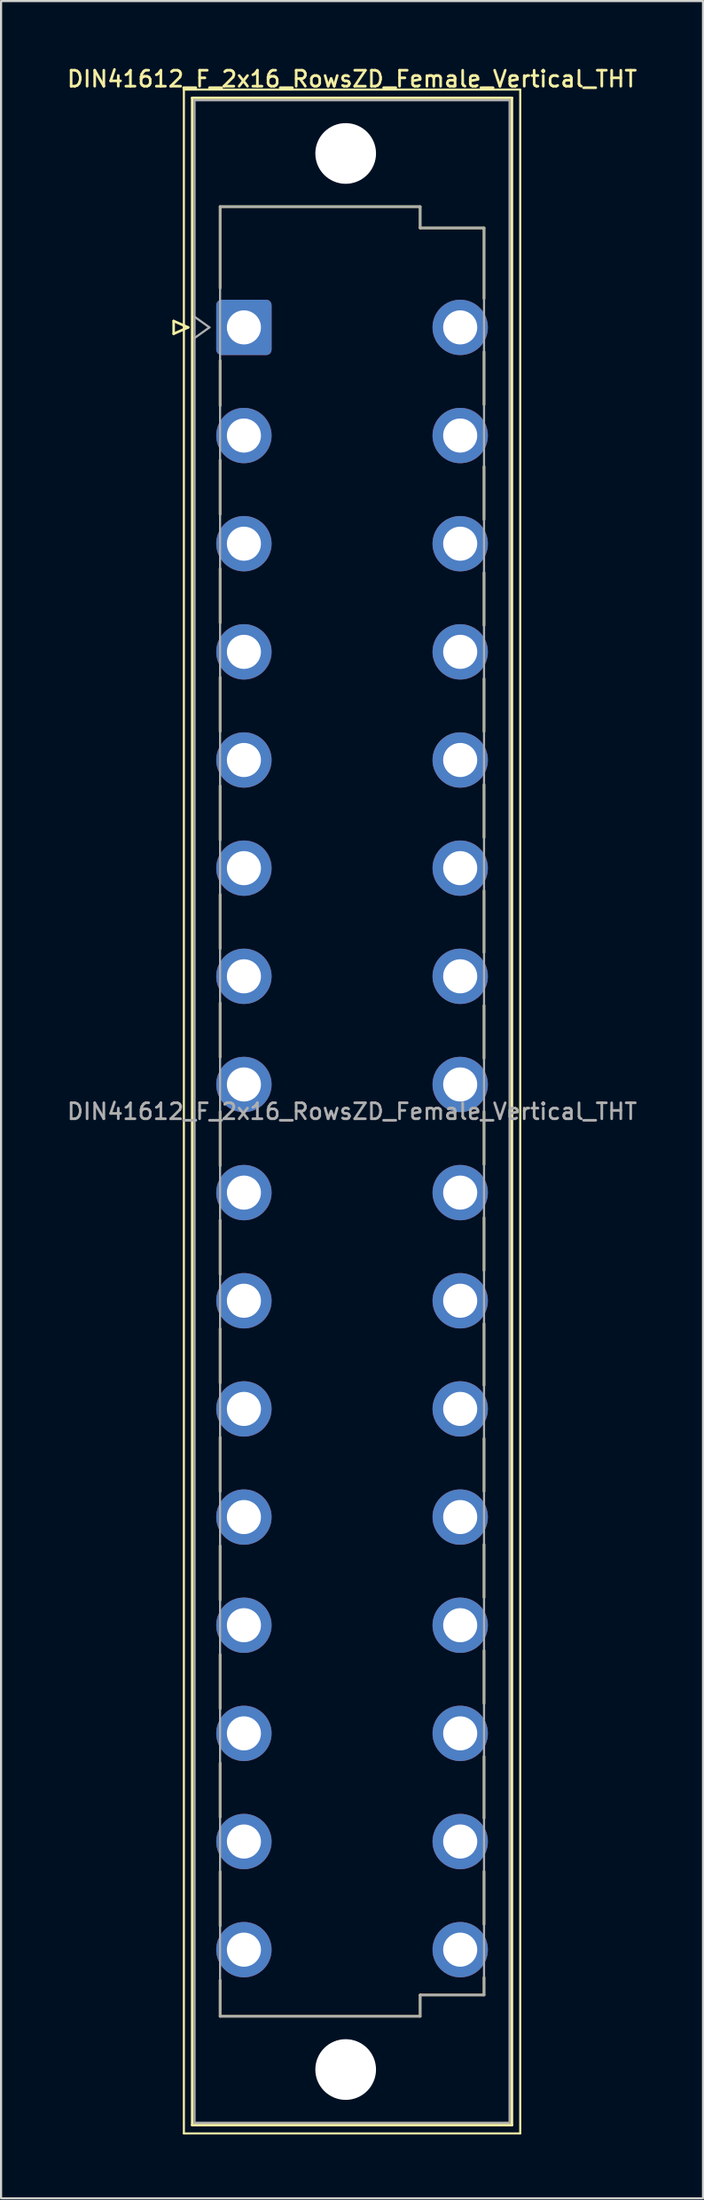
<source format=kicad_pcb>
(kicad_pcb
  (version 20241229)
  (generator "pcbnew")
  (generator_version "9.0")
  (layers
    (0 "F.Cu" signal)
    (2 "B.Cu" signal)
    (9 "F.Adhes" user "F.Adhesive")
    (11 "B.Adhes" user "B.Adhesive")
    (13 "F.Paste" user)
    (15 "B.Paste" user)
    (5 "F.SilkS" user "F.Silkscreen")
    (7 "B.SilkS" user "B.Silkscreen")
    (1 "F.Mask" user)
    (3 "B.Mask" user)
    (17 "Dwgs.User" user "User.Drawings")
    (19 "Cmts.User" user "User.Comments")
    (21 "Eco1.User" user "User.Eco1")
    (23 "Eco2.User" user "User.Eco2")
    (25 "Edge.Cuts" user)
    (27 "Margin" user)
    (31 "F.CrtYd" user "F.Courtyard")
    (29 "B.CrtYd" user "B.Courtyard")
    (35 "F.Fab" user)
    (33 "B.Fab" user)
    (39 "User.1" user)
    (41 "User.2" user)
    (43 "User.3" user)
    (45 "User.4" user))
  (footprint "DIN41612_F_2x16_RowsZD_Female_Vertical_THT"
    (layer "F.Cu")
    (at 10.948 9.788)
    (property "Reference" "DIN41612_F_2x16_RowsZD_Female_Vertical_THT" (at 2.54 -9.13 0) (layer "F.SilkS") (effects (font (size 0.75 0.75) (thickness 0.125))))
    (attr through_hole)
    (fp_line (start -5.84 2.24) (end -5.84 2.84) (stroke (width 0.12) (type solid)) (layer "F.SilkS"))
    (fp_line (start -5.84 2.84) (end -5.16 2.54) (stroke (width 0.12) (type solid)) (layer "F.SilkS"))
    (fp_line (start -5.36 -8.63) (end 10.44 -8.63) (stroke (width 0.1) (type solid)) (layer "F.SilkS"))
    (fp_line (start -5.36 87.37) (end -5.36 -8.63) (stroke (width 0.1) (type solid)) (layer "F.SilkS"))
    (fp_line (start -5.16 2.54) (end -5.84 2.24) (stroke (width 0.12) (type solid)) (layer "F.SilkS"))
    (fp_line (start -4.97 -8.24) (end 10.05 -8.24) (stroke (width 0.12) (type solid)) (layer "F.SilkS"))
    (fp_line (start -4.97 86.98) (end -4.97 -8.24) (stroke (width 0.12) (type solid)) (layer "F.SilkS"))
    (fp_line (start -3.66 -3.131) (end 5.74 -3.131) (stroke (width 0.12) (type solid)) (layer "F.SilkS"))
    (fp_line (start -3.66 0.696) (end -3.66 -3.131) (stroke (width 0.12) (type solid)) (layer "F.SilkS"))
    (fp_line (start -3.66 6.221) (end -3.66 4.096) (stroke (width 0.12) (type solid)) (layer "F.SilkS"))
    (fp_line (start -3.66 11.321) (end -3.66 8.771) (stroke (width 0.12) (type solid)) (layer "F.SilkS"))
    (fp_line (start -3.66 16.421) (end -3.66 13.871) (stroke (width 0.12) (type solid)) (layer "F.SilkS"))
    (fp_line (start -3.66 21.521) (end -3.66 18.971) (stroke (width 0.12) (type solid)) (layer "F.SilkS"))
    (fp_line (start -3.66 26.621) (end -3.66 24.071) (stroke (width 0.12) (type solid)) (layer "F.SilkS"))
    (fp_line (start -3.66 31.721) (end -3.66 29.171) (stroke (width 0.12) (type solid)) (layer "F.SilkS"))
    (fp_line (start -3.66 36.821) (end -3.66 34.271) (stroke (width 0.12) (type solid)) (layer "F.SilkS"))
    (fp_line (start -3.66 41.921) (end -3.66 39.371) (stroke (width 0.12) (type solid)) (layer "F.SilkS"))
    (fp_line (start -3.66 47.021) (end -3.66 44.471) (stroke (width 0.12) (type solid)) (layer "F.SilkS"))
    (fp_line (start -3.66 52.121) (end -3.66 49.571) (stroke (width 0.12) (type solid)) (layer "F.SilkS"))
    (fp_line (start -3.66 57.221) (end -3.66 54.671) (stroke (width 0.12) (type solid)) (layer "F.SilkS"))
    (fp_line (start -3.66 62.321) (end -3.66 59.771) (stroke (width 0.12) (type solid)) (layer "F.SilkS"))
    (fp_line (start -3.66 67.421) (end -3.66 64.871) (stroke (width 0.12) (type solid)) (layer "F.SilkS"))
    (fp_line (start -3.66 72.521) (end -3.66 69.971) (stroke (width 0.12) (type solid)) (layer "F.SilkS"))
    (fp_line (start -3.66 77.621) (end -3.66 75.071) (stroke (width 0.12) (type solid)) (layer "F.SilkS"))
    (fp_line (start -3.66 81.87) (end -3.66 80.171) (stroke (width 0.12) (type solid)) (layer "F.SilkS"))
    (fp_line (start 5.74 -3.131) (end 5.74 -2.131) (stroke (width 0.12) (type solid)) (layer "F.SilkS"))
    (fp_line (start 5.74 -2.131) (end 8.74 -2.131) (stroke (width 0.12) (type solid)) (layer "F.SilkS"))
    (fp_line (start 5.74 80.87) (end 5.74 81.87) (stroke (width 0.12) (type solid)) (layer "F.SilkS"))
    (fp_line (start 5.74 81.87) (end -3.66 81.87) (stroke (width 0.12) (type solid)) (layer "F.SilkS"))
    (fp_line (start 8.74 -2.131) (end 8.74 1.19) (stroke (width 0.12) (type solid)) (layer "F.SilkS"))
    (fp_line (start 8.74 3.68) (end 8.74 6.17) (stroke (width 0.12) (type solid)) (layer "F.SilkS"))
    (fp_line (start 8.74 9.075) (end 8.74 11.565) (stroke (width 0.12) (type solid)) (layer "F.SilkS"))
    (fp_line (start 8.74 14.055) (end 8.74 16.545) (stroke (width 0.12) (type solid)) (layer "F.SilkS"))
    (fp_line (start 8.74 19.035) (end 8.74 21.525) (stroke (width 0.12) (type solid)) (layer "F.SilkS"))
    (fp_line (start 8.74 24.015) (end 8.74 26.505) (stroke (width 0.12) (type solid)) (layer "F.SilkS"))
    (fp_line (start 8.74 28.995) (end 8.74 31.9) (stroke (width 0.12) (type solid)) (layer "F.SilkS"))
    (fp_line (start 8.74 34.39) (end 8.74 36.88) (stroke (width 0.12) (type solid)) (layer "F.SilkS"))
    (fp_line (start 8.74 39.37) (end 8.74 41.86) (stroke (width 0.12) (type solid)) (layer "F.SilkS"))
    (fp_line (start 8.74 44.35) (end 8.74 46.84) (stroke (width 0.12) (type solid)) (layer "F.SilkS"))
    (fp_line (start 8.74 49.33) (end 8.74 52.235) (stroke (width 0.12) (type solid)) (layer "F.SilkS"))
    (fp_line (start 8.74 54.725) (end 8.74 57.215) (stroke (width 0.12) (type solid)) (layer "F.SilkS"))
    (fp_line (start 8.74 59.705) (end 8.74 62.195) (stroke (width 0.12) (type solid)) (layer "F.SilkS"))
    (fp_line (start 8.74 64.685) (end 8.74 67.175) (stroke (width 0.12) (type solid)) (layer "F.SilkS"))
    (fp_line (start 8.74 69.665) (end 8.74 72.57) (stroke (width 0.12) (type solid)) (layer "F.SilkS"))
    (fp_line (start 8.74 75.061) (end 8.74 77.551) (stroke (width 0.12) (type solid)) (layer "F.SilkS"))
    (fp_line (start 8.74 80.041) (end 8.74 80.87) (stroke (width 0.12) (type solid)) (layer "F.SilkS"))
    (fp_line (start 8.74 80.87) (end 5.74 80.87) (stroke (width 0.12) (type solid)) (layer "F.SilkS"))
    (fp_line (start 10.05 -8.24) (end 10.05 86.98) (stroke (width 0.12) (type solid)) (layer "F.SilkS"))
    (fp_line (start 10.05 86.98) (end -4.97 86.98) (stroke (width 0.12) (type solid)) (layer "F.SilkS"))
    (fp_line (start 10.44 -8.63) (end 10.44 87.37) (stroke (width 0.1) (type solid)) (layer "F.SilkS"))
    (fp_line (start 10.44 87.37) (end -5.36 87.37) (stroke (width 0.1) (type solid)) (layer "F.SilkS"))
    (fp_line (start -4.86 -8.13) (end 9.94 -8.13) (stroke (width 0.1) (type solid)) (layer "F.Fab"))
    (fp_line (start -4.86 2.04) (end -4.16 2.54) (stroke (width 0.1) (type solid)) (layer "F.Fab"))
    (fp_line (start -4.86 86.87) (end -4.86 -8.13) (stroke (width 0.1) (type solid)) (layer "F.Fab"))
    (fp_line (start -4.16 2.54) (end -4.86 3.04) (stroke (width 0.1) (type solid)) (layer "F.Fab"))
    (fp_line (start -3.66 -3.13) (end 5.74 -3.13) (stroke (width 0.1) (type solid)) (layer "F.Fab"))
    (fp_line (start -3.66 81.87) (end -3.66 -3.13) (stroke (width 0.1) (type solid)) (layer "F.Fab"))
    (fp_line (start 5.74 -3.13) (end 5.74 -2.13) (stroke (width 0.1) (type solid)) (layer "F.Fab"))
    (fp_line (start 5.74 -2.13) (end 8.74 -2.13) (stroke (width 0.1) (type solid)) (layer "F.Fab"))
    (fp_line (start 5.74 80.87) (end 5.74 81.87) (stroke (width 0.1) (type solid)) (layer "F.Fab"))
    (fp_line (start 5.74 81.87) (end -3.66 81.87) (stroke (width 0.1) (type solid)) (layer "F.Fab"))
    (fp_line (start 8.74 -2.13) (end 8.74 80.87) (stroke (width 0.1) (type solid)) (layer "F.Fab"))
    (fp_line (start 8.74 80.87) (end 5.74 80.87) (stroke (width 0.1) (type solid)) (layer "F.Fab"))
    (fp_line (start 9.94 -8.13) (end 9.94 86.87) (stroke (width 0.1) (type solid)) (layer "F.Fab"))
    (fp_line (start 9.94 86.87) (end -4.86 86.87) (stroke (width 0.1) (type solid)) (layer "F.Fab"))
    (fp_text user "${REFERENCE}" (at 2.54 39.37 0) (layer "F.Fab") (effects (font (size 0.75 0.75) (thickness 0.125))))
    (pad "" np_thru_hole circle (at 2.24 -5.63) (size 2.85 2.85) (drill 2.85) (layers "*.Cu" "*.Mask"))
    (pad "" np_thru_hole circle (at 2.24 84.37) (size 2.85 2.85) (drill 2.85) (layers "*.Cu" "*.Mask"))
    (pad "d2" thru_hole circle (at 7.62 2.54) (size 2.6 2.6) (drill 1.6) (layers "*.Cu" "*.Mask"))
    (pad "d4" thru_hole circle (at 7.62 7.62) (size 2.6 2.6) (drill 1.6) (layers "*.Cu" "*.Mask"))
    (pad "d6" thru_hole circle (at 7.62 12.7) (size 2.6 2.6) (drill 1.6) (layers "*.Cu" "*.Mask"))
    (pad "d8" thru_hole circle (at 7.62 17.78) (size 2.6 2.6) (drill 1.6) (layers "*.Cu" "*.Mask"))
    (pad "d10" thru_hole circle (at 7.62 22.86) (size 2.6 2.6) (drill 1.6) (layers "*.Cu" "*.Mask"))
    (pad "d12" thru_hole circle (at 7.62 27.94) (size 2.6 2.6) (drill 1.6) (layers "*.Cu" "*.Mask"))
    (pad "d14" thru_hole circle (at 7.62 33.02) (size 2.6 2.6) (drill 1.6) (layers "*.Cu" "*.Mask"))
    (pad "d16" thru_hole circle (at 7.62 38.1) (size 2.6 2.6) (drill 1.6) (layers "*.Cu" "*.Mask"))
    (pad "d18" thru_hole circle (at 7.62 43.18) (size 2.6 2.6) (drill 1.6) (layers "*.Cu" "*.Mask"))
    (pad "d20" thru_hole circle (at 7.62 48.26) (size 2.6 2.6) (drill 1.6) (layers "*.Cu" "*.Mask"))
    (pad "d22" thru_hole circle (at 7.62 53.34) (size 2.6 2.6) (drill 1.6) (layers "*.Cu" "*.Mask"))
    (pad "d24" thru_hole circle (at 7.62 58.42) (size 2.6 2.6) (drill 1.6) (layers "*.Cu" "*.Mask"))
    (pad "d26" thru_hole circle (at 7.62 63.5) (size 2.6 2.6) (drill 1.6) (layers "*.Cu" "*.Mask"))
    (pad "d28" thru_hole circle (at 7.62 68.58) (size 2.6 2.6) (drill 1.6) (layers "*.Cu" "*.Mask"))
    (pad "d30" thru_hole circle (at 7.62 73.66) (size 2.6 2.6) (drill 1.6) (layers "*.Cu" "*.Mask"))
    (pad "d32" thru_hole circle (at 7.62 78.74) (size 2.6 2.6) (drill 1.6) (layers "*.Cu" "*.Mask"))
    (pad "z2" thru_hole roundrect (at -2.54 2.54) (size 2.6 2.6) (drill 1.6) (layers "*.Cu" "*.Mask") (roundrect_rratio 0.096))
    (pad "z4" thru_hole circle (at -2.54 7.62) (size 2.6 2.6) (drill 1.6) (layers "*.Cu" "*.Mask"))
    (pad "z6" thru_hole circle (at -2.54 12.7) (size 2.6 2.6) (drill 1.6) (layers "*.Cu" "*.Mask"))
    (pad "z8" thru_hole circle (at -2.54 17.78) (size 2.6 2.6) (drill 1.6) (layers "*.Cu" "*.Mask"))
    (pad "z10" thru_hole circle (at -2.54 22.86) (size 2.6 2.6) (drill 1.6) (layers "*.Cu" "*.Mask"))
    (pad "z12" thru_hole circle (at -2.54 27.94) (size 2.6 2.6) (drill 1.6) (layers "*.Cu" "*.Mask"))
    (pad "z14" thru_hole circle (at -2.54 33.02) (size 2.6 2.6) (drill 1.6) (layers "*.Cu" "*.Mask"))
    (pad "z16" thru_hole circle (at -2.54 38.1) (size 2.6 2.6) (drill 1.6) (layers "*.Cu" "*.Mask"))
    (pad "z18" thru_hole circle (at -2.54 43.18) (size 2.6 2.6) (drill 1.6) (layers "*.Cu" "*.Mask"))
    (pad "z20" thru_hole circle (at -2.54 48.26) (size 2.6 2.6) (drill 1.6) (layers "*.Cu" "*.Mask"))
    (pad "z22" thru_hole circle (at -2.54 53.34) (size 2.6 2.6) (drill 1.6) (layers "*.Cu" "*.Mask"))
    (pad "z24" thru_hole circle (at -2.54 58.42) (size 2.6 2.6) (drill 1.6) (layers "*.Cu" "*.Mask"))
    (pad "z26" thru_hole circle (at -2.54 63.5) (size 2.6 2.6) (drill 1.6) (layers "*.Cu" "*.Mask"))
    (pad "z28" thru_hole circle (at -2.54 68.58) (size 2.6 2.6) (drill 1.6) (layers "*.Cu" "*.Mask"))
    (pad "z30" thru_hole circle (at -2.54 73.66) (size 2.6 2.6) (drill 1.6) (layers "*.Cu" "*.Mask"))
    (pad "z32" thru_hole circle (at -2.54 78.74) (size 2.6 2.6) (drill 1.6) (layers "*.Cu" "*.Mask")))
  (gr_rect
    (start -3 -3)
    (end 29.975 100.208)
    (stroke (width 0.1) (type default))
    (fill no)
    (layer "Edge.Cuts")))
</source>
